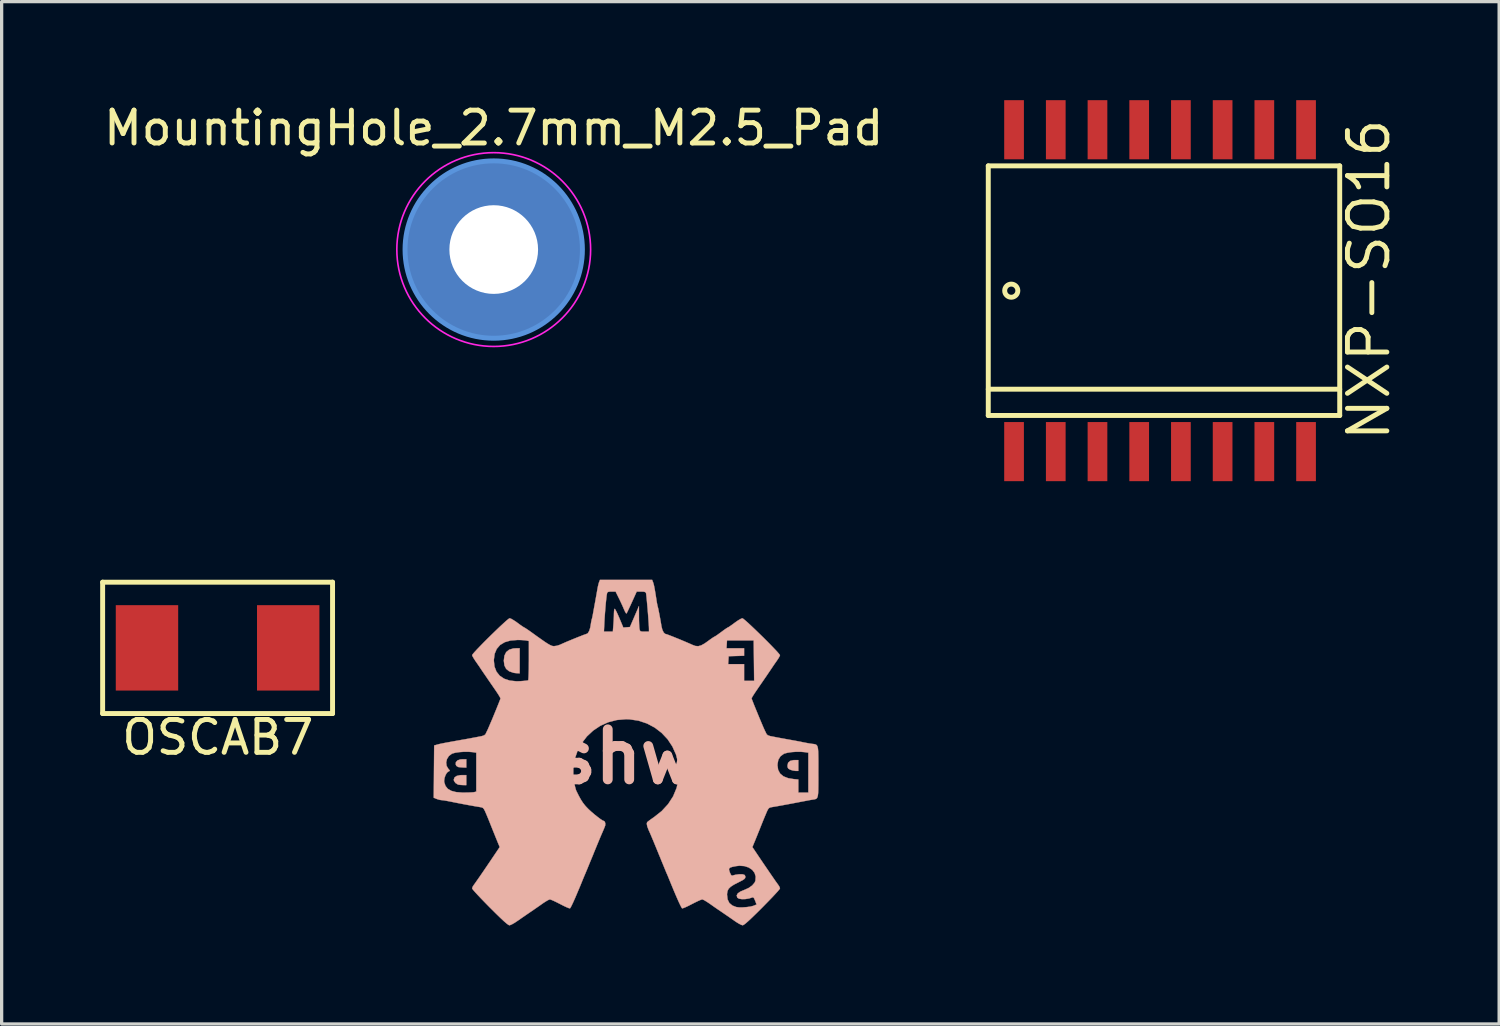
<source format=kicad_pcb>
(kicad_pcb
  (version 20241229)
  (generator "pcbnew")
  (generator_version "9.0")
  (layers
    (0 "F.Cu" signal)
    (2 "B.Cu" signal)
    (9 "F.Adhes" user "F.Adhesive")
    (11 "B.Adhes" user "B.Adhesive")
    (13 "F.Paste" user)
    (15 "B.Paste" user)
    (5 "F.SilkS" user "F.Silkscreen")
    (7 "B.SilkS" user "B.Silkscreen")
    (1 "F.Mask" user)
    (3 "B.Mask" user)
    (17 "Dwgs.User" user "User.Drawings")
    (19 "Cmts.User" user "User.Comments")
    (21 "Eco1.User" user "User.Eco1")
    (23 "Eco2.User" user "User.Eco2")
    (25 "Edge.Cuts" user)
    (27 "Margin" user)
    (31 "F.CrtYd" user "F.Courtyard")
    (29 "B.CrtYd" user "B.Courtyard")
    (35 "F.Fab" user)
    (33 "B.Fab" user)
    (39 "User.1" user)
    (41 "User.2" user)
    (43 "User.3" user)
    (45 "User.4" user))
  (footprint "MountingHole_2.7mm_M2.5_Pad"
    (layer "F.Cu")
    (at 11.982 4.548)
    (property "Reference" "MountingHole_2.7mm_M2.5_Pad" (at 0 -3.7 0) (layer "F.SilkS") (effects (font (size 1 1) (thickness 0.15))))
    (attr through_hole)
    (fp_circle (center 0 0) (end 2.7 0) (stroke (width 0.15) (type solid)) (fill no) (layer "Cmts.User"))
    (fp_circle (center 0 0) (end 2.95 0) (stroke (width 0.05) (type solid)) (fill no) (layer "F.CrtYd"))
    (pad "1" thru_hole circle (at 0 0) (size 5.4 5.4) (drill 2.7) (layers "*.Cu" "*.Mask")))
  (footprint "NXP-SO16"
    (layer "F.Cu")
    (at 33.539 5.8)
    (property "Reference" "NXP-SO16" (at 5.088 -0.332 90) (layer "F.SilkS") (effects (font (size 1.2 1.2) (thickness 0.15))))
    (attr through_hole)
    (fp_line (start -6.5 -3.8) (end -6.5 3.8) (stroke (width 0.15) (type solid)) (layer "F.SilkS"))
    (fp_line (start -6.5 3) (end 4.2 3) (stroke (width 0.15) (type solid)) (layer "F.SilkS"))
    (fp_line (start -6.5 3.8) (end 4.2 3.8) (stroke (width 0.15) (type solid)) (layer "F.SilkS"))
    (fp_line (start 4.2 -3.8) (end -6.5 -3.8) (stroke (width 0.15) (type solid)) (layer "F.SilkS"))
    (fp_line (start 4.2 3.8) (end 4.2 -3.8) (stroke (width 0.15) (type solid)) (layer "F.SilkS"))
    (fp_circle (center -5.8 0) (end -5.6 0) (stroke (width 0.15) (type solid)) (fill no) (layer "F.SilkS"))
    (pad "1" smd rect (at -5.715 4.9) (size 0.6 1.8) (layers "F.Cu" "F.Mask" "F.Paste"))
    (pad "2" smd rect (at -4.445 4.9) (size 0.6 1.8) (layers "F.Cu" "F.Mask" "F.Paste"))
    (pad "3" smd rect (at -3.175 4.9) (size 0.6 1.8) (layers "F.Cu" "F.Mask" "F.Paste"))
    (pad "4" smd rect (at -1.905 4.9) (size 0.6 1.8) (layers "F.Cu" "F.Mask" "F.Paste"))
    (pad "5" smd rect (at -0.635 4.9) (size 0.6 1.8) (layers "F.Cu" "F.Mask" "F.Paste"))
    (pad "6" smd rect (at 0.635 4.9) (size 0.6 1.8) (layers "F.Cu" "F.Mask" "F.Paste"))
    (pad "7" smd rect (at 1.905 4.9) (size 0.6 1.8) (layers "F.Cu" "F.Mask" "F.Paste"))
    (pad "8" smd rect (at 3.175 4.9) (size 0.6 1.8) (layers "F.Cu" "F.Mask" "F.Paste"))
    (pad "9" smd rect (at 3.175 -4.9) (size 0.6 1.8) (layers "F.Cu" "F.Mask" "F.Paste"))
    (pad "10" smd rect (at 1.905 -4.9) (size 0.6 1.8) (layers "F.Cu" "F.Mask" "F.Paste"))
    (pad "11" smd rect (at 0.635 -4.9) (size 0.6 1.8) (layers "F.Cu" "F.Mask" "F.Paste"))
    (pad "12" smd rect (at -0.635 -4.9) (size 0.6 1.8) (layers "F.Cu" "F.Mask" "F.Paste"))
    (pad "13" smd rect (at -1.905 -4.9) (size 0.6 1.8) (layers "F.Cu" "F.Mask" "F.Paste"))
    (pad "14" smd rect (at -3.175 -4.9) (size 0.6 1.8) (layers "F.Cu" "F.Mask" "F.Paste"))
    (pad "15" smd rect (at -4.445 -4.9) (size 0.6 1.8) (layers "F.Cu" "F.Mask" "F.Paste"))
    (pad "16" smd rect (at -5.715 -4.9) (size 0.6 1.8) (layers "F.Cu" "F.Mask" "F.Paste")))
  (footprint "OSCAB7"
    (layer "F.Cu")
    (at 3.575 16.675)
    (property "Reference" "OSCAB7" (at 0.008 2.725 0) (layer "F.SilkS") (effects (font (size 1 1) (thickness 0.15))))
    (attr through_hole)
    (fp_line (start -3.5 -2) (end 3.5 -2) (stroke (width 0.15) (type solid)) (layer "F.SilkS"))
    (fp_line (start -3.5 2) (end -3.5 -2) (stroke (width 0.15) (type solid)) (layer "F.SilkS"))
    (fp_line (start 3.5 -2) (end 3.5 2) (stroke (width 0.15) (type solid)) (layer "F.SilkS"))
    (fp_line (start 3.5 2) (end -3.5 2) (stroke (width 0.15) (type solid)) (layer "F.SilkS"))
    (pad "1" smd rect (at -2.15 0) (size 1.9 2.6) (layers "F.Cu" "F.Mask" "F.Paste"))
    (pad "2" smd rect (at 2.15 0) (size 1.9 2.6) (layers "F.Cu" "F.Mask" "F.Paste")))
  (footprint "oshw2"
    (layer "F.Cu")
    (at 15.998 19.99)
    (property "Reference" "oshw2" (at 0 0 0) (layer "B.SilkS") (effects (font (size 1.524 1.524) (thickness 0.3))))
    (attr through_hole)
    (fp_poly (pts (xy -4.851 0.33) (xy -4.947 0.327) (xy -5.027 0.321) (xy -5.095 0.313) (xy -5.099 0.312) (xy -5.153 0.278) (xy -5.173 0.235) (xy -5.168 0.166) (xy -5.121 0.113) (xy -5.036 0.082) (xy -4.963 0.076) (xy -4.851 0.076) (xy -4.851 0.33)) (stroke (width 0.01) (type solid)) (fill yes) (layer "B.SilkS"))
    (fp_poly (pts (xy 5.258 0.432) (xy 5.175 0.431) (xy 5.092 0.419) (xy 5.01 0.394) (xy 4.953 0.361) (xy 4.931 0.316) (xy 4.928 0.269) (xy 4.947 0.183) (xy 5.007 0.128) (xy 5.108 0.103) (xy 5.149 0.102) (xy 5.258 0.102) (xy 5.258 0.432)) (stroke (width 0.01) (type solid)) (fill yes) (layer "B.SilkS"))
    (fp_poly (pts (xy -4.851 0.864) (xy -4.959 0.862) (xy -5.036 0.857) (xy -5.095 0.849) (xy -5.105 0.846) (xy -5.18 0.8) (xy -5.225 0.735) (xy -5.232 0.696) (xy -5.209 0.63) (xy -5.143 0.584) (xy -5.039 0.561) (xy -4.985 0.559) (xy -4.851 0.559) (xy -4.851 0.864)) (stroke (width 0.01) (type solid)) (fill yes) (layer "B.SilkS"))
    (fp_poly (pts (xy -3.226 -2.54) (xy -3.296 -2.543) (xy -3.369 -2.549) (xy -3.416 -2.557) (xy -3.547 -2.603) (xy -3.637 -2.675) (xy -3.69 -2.778) (xy -3.708 -2.918) (xy -3.708 -2.933) (xy -3.69 -3.077) (xy -3.636 -3.187) (xy -3.545 -3.26) (xy -3.419 -3.297) (xy -3.339 -3.302) (xy -3.226 -3.302) (xy -3.226 -2.54)) (stroke (width 0.01) (type solid)) (fill yes) (layer "B.SilkS"))
    (fp_poly (pts (xy 0.834 -5.315) (xy 0.85 -5.267) (xy 0.867 -5.197) (xy 0.886 -5.097) (xy 0.909 -4.961) (xy 0.937 -4.782) (xy 0.94 -4.76) (xy 0.955 -4.672) (xy 0.969 -4.601) (xy 0.977 -4.569) (xy 0.988 -4.527) (xy 1.005 -4.447) (xy 1.026 -4.34) (xy 1.049 -4.218) (xy 1.071 -4.094) (xy 1.09 -3.979) (xy 1.092 -3.966) (xy 1.119 -3.862) (xy 1.159 -3.782) (xy 1.207 -3.739) (xy 1.229 -3.734) (xy 1.261 -3.725) (xy 1.33 -3.699) (xy 1.426 -3.662) (xy 1.54 -3.616) (xy 1.663 -3.566) (xy 1.784 -3.515) (xy 1.894 -3.468) (xy 1.984 -3.429) (xy 2.029 -3.408) (xy 2.123 -3.373) (xy 2.209 -3.366) (xy 2.299 -3.39) (xy 2.404 -3.448) (xy 2.495 -3.512) (xy 2.581 -3.575) (xy 2.652 -3.624) (xy 2.698 -3.653) (xy 2.709 -3.658) (xy 2.735 -3.672) (xy 2.792 -3.71) (xy 2.869 -3.766) (xy 2.912 -3.797) (xy 2.995 -3.859) (xy 3.063 -3.906) (xy 3.106 -3.933) (xy 3.115 -3.937) (xy 3.142 -3.951) (xy 3.199 -3.99) (xy 3.276 -4.045) (xy 3.318 -4.077) (xy 3.406 -4.139) (xy 3.484 -4.187) (xy 3.54 -4.213) (xy 3.554 -4.216) (xy 3.584 -4.199) (xy 3.643 -4.15) (xy 3.727 -4.076) (xy 3.829 -3.981) (xy 3.945 -3.871) (xy 4.068 -3.752) (xy 4.195 -3.628) (xy 4.318 -3.505) (xy 4.432 -3.389) (xy 4.533 -3.284) (xy 4.615 -3.197) (xy 4.671 -3.132) (xy 4.698 -3.095) (xy 4.699 -3.09) (xy 4.685 -3.055) (xy 4.649 -2.992) (xy 4.597 -2.914) (xy 4.591 -2.906) (xy 4.534 -2.825) (xy 4.487 -2.756) (xy 4.459 -2.714) (xy 4.458 -2.712) (xy 4.43 -2.671) (xy 4.375 -2.59) (xy 4.293 -2.468) (xy 4.182 -2.307) (xy 4.042 -2.104) (xy 3.98 -2.013) (xy 3.919 -1.922) (xy 3.87 -1.845) (xy 3.841 -1.792) (xy 3.835 -1.776) (xy 3.845 -1.746) (xy 3.871 -1.678) (xy 3.909 -1.581) (xy 3.957 -1.462) (xy 4.011 -1.331) (xy 4.066 -1.197) (xy 4.121 -1.067) (xy 4.17 -0.95) (xy 4.211 -0.856) (xy 4.241 -0.792) (xy 4.247 -0.779) (xy 4.277 -0.719) (xy 4.293 -0.686) (xy 4.328 -0.655) (xy 4.39 -0.632) (xy 4.397 -0.63) (xy 4.509 -0.608) (xy 4.652 -0.58) (xy 4.807 -0.552) (xy 4.954 -0.525) (xy 5.055 -0.507) (xy 5.176 -0.485) (xy 5.31 -0.46) (xy 5.385 -0.444) (xy 5.492 -0.423) (xy 5.598 -0.404) (xy 5.661 -0.394) (xy 5.718 -0.388) (xy 5.763 -0.381) (xy 5.798 -0.368) (xy 5.824 -0.345) (xy 5.843 -0.305) (xy 5.856 -0.245) (xy 5.863 -0.157) (xy 5.866 -0.038) (xy 5.868 0.118) (xy 5.868 0.316) (xy 5.867 0.457) (xy 5.868 0.683) (xy 5.867 0.863) (xy 5.865 1.003) (xy 5.861 1.108) (xy 5.852 1.183) (xy 5.838 1.234) (xy 5.818 1.267) (xy 5.79 1.285) (xy 5.753 1.296) (xy 5.707 1.303) (xy 5.676 1.308) (xy 5.598 1.321) (xy 5.494 1.341) (xy 5.397 1.359) (xy 5.217 1.394) (xy 5.022 1.431) (xy 4.828 1.467) (xy 4.647 1.5) (xy 4.496 1.526) (xy 4.442 1.535) (xy 4.395 1.546) (xy 4.362 1.566) (xy 4.332 1.605) (xy 4.298 1.675) (xy 4.268 1.747) (xy 4.227 1.844) (xy 4.192 1.929) (xy 4.169 1.985) (xy 4.166 1.994) (xy 4.13 2.083) (xy 4.083 2.202) (xy 4.029 2.335) (xy 3.977 2.464) (xy 3.932 2.574) (xy 3.926 2.588) (xy 3.859 2.75) (xy 4.049 3.033) (xy 4.168 3.209) (xy 4.283 3.378) (xy 4.39 3.535) (xy 4.485 3.673) (xy 4.563 3.786) (xy 4.622 3.868) (xy 4.652 3.909) (xy 4.686 3.965) (xy 4.699 4.009) (xy 4.682 4.036) (xy 4.633 4.095) (xy 4.556 4.179) (xy 4.457 4.285) (xy 4.339 4.407) (xy 4.208 4.541) (xy 4.16 4.59) (xy 3.988 4.761) (xy 3.848 4.897) (xy 3.738 5) (xy 3.656 5.072) (xy 3.599 5.115) (xy 3.566 5.131) (xy 3.564 5.131) (xy 3.518 5.117) (xy 3.444 5.079) (xy 3.356 5.024) (xy 3.317 4.997) (xy 3.204 4.918) (xy 3.073 4.828) (xy 2.948 4.742) (xy 2.922 4.724) (xy 2.806 4.646) (xy 2.682 4.56) (xy 2.572 4.482) (xy 2.546 4.464) (xy 2.461 4.408) (xy 2.388 4.365) (xy 2.338 4.344) (xy 2.331 4.343) (xy 2.291 4.355) (xy 2.218 4.386) (xy 2.122 4.432) (xy 2.018 4.485) (xy 1.911 4.54) (xy 1.819 4.583) (xy 1.752 4.609) (xy 1.72 4.616) (xy 1.7 4.588) (xy 1.664 4.519) (xy 1.613 4.411) (xy 1.551 4.27) (xy 1.521 4.199) (xy 3.087 4.199) (xy 3.104 4.343) (xy 3.157 4.452) (xy 3.25 4.53) (xy 3.365 4.575) (xy 3.45 4.586) (xy 3.565 4.586) (xy 3.69 4.577) (xy 3.806 4.561) (xy 3.893 4.538) (xy 3.898 4.536) (xy 3.987 4.499) (xy 3.943 4.383) (xy 3.911 4.31) (xy 3.882 4.281) (xy 3.861 4.282) (xy 3.757 4.315) (xy 3.645 4.333) (xy 3.54 4.335) (xy 3.455 4.322) (xy 3.404 4.293) (xy 3.4 4.288) (xy 3.382 4.223) (xy 3.412 4.163) (xy 3.491 4.106) (xy 3.62 4.052) (xy 3.622 4.052) (xy 3.748 3.994) (xy 3.853 3.919) (xy 3.925 3.835) (xy 3.951 3.777) (xy 3.96 3.649) (xy 3.926 3.536) (xy 3.853 3.442) (xy 3.748 3.372) (xy 3.617 3.329) (xy 3.465 3.318) (xy 3.361 3.33) (xy 3.251 3.352) (xy 3.183 3.374) (xy 3.152 3.401) (xy 3.148 3.442) (xy 3.166 3.503) (xy 3.171 3.518) (xy 3.203 3.59) (xy 3.233 3.619) (xy 3.251 3.618) (xy 3.34 3.594) (xy 3.446 3.579) (xy 3.541 3.577) (xy 3.569 3.581) (xy 3.624 3.6) (xy 3.644 3.64) (xy 3.645 3.658) (xy 3.639 3.691) (xy 3.614 3.722) (xy 3.563 3.757) (xy 3.477 3.802) (xy 3.436 3.823) (xy 3.297 3.894) (xy 3.2 3.957) (xy 3.137 4.018) (xy 3.103 4.085) (xy 3.089 4.165) (xy 3.087 4.199) (xy 1.521 4.199) (xy 1.478 4.1) (xy 1.398 3.907) (xy 1.327 3.734) (xy 1.293 3.65) (xy 1.259 3.57) (xy 1.258 3.569) (xy 1.238 3.523) (xy 1.203 3.438) (xy 1.156 3.323) (xy 1.099 3.185) (xy 1.037 3.033) (xy 1.017 2.985) (xy 0.94 2.796) (xy 0.878 2.646) (xy 0.829 2.528) (xy 0.79 2.435) (xy 0.757 2.357) (xy 0.727 2.289) (xy 0.697 2.223) (xy 0.659 2.121) (xy 0.644 2.041) (xy 0.654 1.994) (xy 0.683 1.969) (xy 0.743 1.924) (xy 0.823 1.867) (xy 0.858 1.844) (xy 1.098 1.654) (xy 1.294 1.441) (xy 1.446 1.206) (xy 1.552 0.951) (xy 1.612 0.679) (xy 1.625 0.478) (xy 1.607 0.257) (xy 4.623 0.257) (xy 4.643 0.399) (xy 4.704 0.513) (xy 4.806 0.597) (xy 4.95 0.653) (xy 5.109 0.679) (xy 5.258 0.693) (xy 5.258 1.092) (xy 5.563 1.092) (xy 5.563 -0.124) (xy 5.447 -0.141) (xy 5.327 -0.151) (xy 5.19 -0.151) (xy 5.052 -0.141) (xy 4.928 -0.122) (xy 4.835 -0.097) (xy 4.82 -0.091) (xy 4.715 -0.015) (xy 4.649 0.092) (xy 4.623 0.231) (xy 4.623 0.257) (xy 1.607 0.257) (xy 1.602 0.197) (xy 1.534 -0.067) (xy 1.424 -0.312) (xy 1.278 -0.533) (xy 1.097 -0.726) (xy 0.887 -0.887) (xy 0.652 -1.012) (xy 0.395 -1.098) (xy 0.121 -1.139) (xy 0.013 -1.143) (xy -0.267 -1.119) (xy -0.529 -1.051) (xy -0.771 -0.942) (xy -0.988 -0.797) (xy -1.178 -0.62) (xy -1.336 -0.415) (xy -1.461 -0.187) (xy -1.547 0.061) (xy -1.592 0.325) (xy -1.593 0.599) (xy -1.563 0.811) (xy -1.541 0.906) (xy -1.52 0.986) (xy -1.504 1.034) (xy -1.503 1.035) (xy -1.428 1.186) (xy -1.363 1.303) (xy -1.303 1.397) (xy -1.238 1.481) (xy -1.196 1.528) (xy -1.128 1.598) (xy -1.042 1.677) (xy -0.947 1.758) (xy -0.852 1.833) (xy -0.767 1.897) (xy -0.701 1.94) (xy -0.662 1.956) (xy -0.635 1.977) (xy -0.619 2.028) (xy -0.621 2.088) (xy -0.624 2.098) (xy -0.635 2.128) (xy -0.65 2.167) (xy -0.674 2.224) (xy -0.711 2.31) (xy -0.745 2.388) (xy -0.766 2.437) (xy -0.803 2.526) (xy -0.852 2.644) (xy -0.91 2.785) (xy -0.973 2.938) (xy -0.991 2.985) (xy -1.055 3.139) (xy -1.114 3.282) (xy -1.164 3.405) (xy -1.204 3.5) (xy -1.228 3.559) (xy -1.233 3.569) (xy -1.266 3.647) (xy -1.301 3.732) (xy -1.302 3.734) (xy -1.387 3.943) (xy -1.467 4.132) (xy -1.537 4.297) (xy -1.598 4.433) (xy -1.646 4.534) (xy -1.679 4.596) (xy -1.695 4.616) (xy -1.728 4.609) (xy -1.796 4.582) (xy -1.888 4.539) (xy -1.993 4.485) (xy -2.101 4.43) (xy -2.197 4.384) (xy -2.269 4.354) (xy -2.305 4.343) (xy -2.346 4.357) (xy -2.415 4.395) (xy -2.498 4.448) (xy -2.521 4.464) (xy -2.623 4.536) (xy -2.746 4.621) (xy -2.866 4.704) (xy -2.896 4.724) (xy -3.016 4.806) (xy -3.148 4.897) (xy -3.267 4.98) (xy -3.292 4.997) (xy -3.382 5.057) (xy -3.464 5.103) (xy -3.523 5.128) (xy -3.538 5.131) (xy -3.569 5.118) (xy -3.623 5.078) (xy -3.702 5.01) (xy -3.809 4.91) (xy -3.945 4.778) (xy -4.114 4.61) (xy -4.135 4.59) (xy -4.27 4.452) (xy -4.393 4.325) (xy -4.499 4.213) (xy -4.584 4.121) (xy -4.643 4.053) (xy -4.671 4.015) (xy -4.674 4.009) (xy -4.659 3.961) (xy -4.626 3.909) (xy -4.589 3.858) (xy -4.528 3.771) (xy -4.446 3.654) (xy -4.349 3.513) (xy -4.241 3.354) (xy -4.125 3.183) (xy -4.024 3.033) (xy -3.834 2.75) (xy -3.901 2.588) (xy -3.944 2.483) (xy -3.995 2.356) (xy -4.049 2.223) (xy -4.098 2.1) (xy -4.136 2.005) (xy -4.14 1.994) (xy -4.159 1.947) (xy -4.191 1.869) (xy -4.231 1.773) (xy -4.242 1.747) (xy -4.284 1.65) (xy -4.316 1.591) (xy -4.346 1.558) (xy -4.382 1.542) (xy -4.416 1.535) (xy -4.578 1.508) (xy -4.769 1.474) (xy -4.973 1.436) (xy -5.169 1.398) (xy -5.338 1.364) (xy -5.372 1.357) (xy -5.47 1.339) (xy -5.554 1.325) (xy -5.608 1.32) (xy -5.67 1.311) (xy -5.746 1.287) (xy -5.754 1.284) (xy -5.843 1.247) (xy -5.838 0.736) (xy -5.526 0.736) (xy -5.523 0.775) (xy -5.484 0.89) (xy -5.414 0.977) (xy -5.308 1.038) (xy -5.164 1.076) (xy -4.978 1.091) (xy -4.928 1.091) (xy -4.81 1.09) (xy -4.707 1.086) (xy -4.632 1.081) (xy -4.604 1.076) (xy -4.547 1.061) (xy -4.547 -0.124) (xy -4.659 -0.141) (xy -4.783 -0.151) (xy -4.922 -0.151) (xy -5.061 -0.141) (xy -5.185 -0.123) (xy -5.277 -0.097) (xy -5.291 -0.091) (xy -5.381 -0.023) (xy -5.439 0.069) (xy -5.464 0.173) (xy -5.451 0.277) (xy -5.4 0.364) (xy -5.361 0.408) (xy -5.355 0.43) (xy -5.381 0.443) (xy -5.39 0.446) (xy -5.439 0.484) (xy -5.483 0.557) (xy -5.514 0.646) (xy -5.526 0.736) (xy -5.838 0.736) (xy -5.836 0.452) (xy -5.829 -0.343) (xy -5.728 -0.372) (xy -5.678 -0.385) (xy -5.611 -0.4) (xy -5.521 -0.418) (xy -5.401 -0.44) (xy -5.245 -0.469) (xy -5.047 -0.504) (xy -5.004 -0.512) (xy -4.887 -0.532) (xy -4.751 -0.557) (xy -4.612 -0.583) (xy -4.486 -0.607) (xy -4.389 -0.626) (xy -4.371 -0.63) (xy -4.308 -0.652) (xy -4.269 -0.683) (xy -4.267 -0.686) (xy -4.242 -0.739) (xy -4.222 -0.779) (xy -4.197 -0.831) (xy -4.16 -0.916) (xy -4.113 -1.026) (xy -4.059 -1.152) (xy -4.004 -1.286) (xy -3.949 -1.42) (xy -3.899 -1.543) (xy -3.857 -1.648) (xy -3.826 -1.727) (xy -3.811 -1.771) (xy -3.81 -1.776) (xy -3.824 -1.807) (xy -3.86 -1.87) (xy -3.914 -1.954) (xy -3.954 -2.013) (xy -4.105 -2.232) (xy -4.227 -2.41) (xy -4.321 -2.547) (xy -4.387 -2.644) (xy -4.425 -2.701) (xy -4.432 -2.712) (xy -4.459 -2.753) (xy -4.506 -2.82) (xy -4.562 -2.901) (xy -4.566 -2.906) (xy -4.583 -2.932) (xy -4.013 -2.932) (xy -3.993 -2.747) (xy -3.933 -2.591) (xy -3.834 -2.467) (xy -3.699 -2.376) (xy -3.528 -2.319) (xy -3.323 -2.297) (xy -3.201 -2.301) (xy -3.101 -2.309) (xy -3.021 -2.317) (xy -2.973 -2.325) (xy -2.967 -2.327) (xy -2.961 -2.355) (xy -2.956 -2.427) (xy -2.952 -2.534) (xy -2.948 -2.671) (xy -2.947 -2.83) (xy -2.946 -2.932) (xy -2.946 -3.302) (xy 3.071 -3.302) (xy 3.607 -3.302) (xy 3.607 -3.075) (xy 3.372 -3.068) (xy 3.137 -3.061) (xy 3.121 -2.819) (xy 3.607 -2.819) (xy 3.607 -2.311) (xy 3.913 -2.311) (xy 3.906 -2.927) (xy 3.899 -3.543) (xy 3.086 -3.543) (xy 3.071 -3.302) (xy -2.946 -3.302) (xy -2.946 -3.524) (xy -3.026 -3.54) (xy -3.092 -3.548) (xy -3.188 -3.554) (xy -3.288 -3.556) (xy -3.503 -3.539) (xy -3.681 -3.488) (xy -3.822 -3.403) (xy -3.924 -3.285) (xy -3.988 -3.135) (xy -4.012 -2.953) (xy -4.013 -2.932) (xy -4.583 -2.932) (xy -4.618 -2.985) (xy -4.657 -3.051) (xy -4.673 -3.09) (xy -4.674 -3.092) (xy -4.656 -3.122) (xy -4.607 -3.18) (xy -4.531 -3.263) (xy -4.434 -3.364) (xy -4.323 -3.478) (xy -4.201 -3.6) (xy -4.075 -3.724) (xy -3.95 -3.845) (xy -3.832 -3.958) (xy -3.726 -4.056) (xy -3.638 -4.136) (xy -3.572 -4.191) (xy -3.535 -4.216) (xy -3.531 -4.216) (xy -3.488 -4.202) (xy -3.418 -4.162) (xy -3.332 -4.106) (xy -3.293 -4.077) (xy -3.209 -4.015) (xy -3.141 -3.968) (xy -3.099 -3.941) (xy -3.09 -3.937) (xy -3.064 -3.923) (xy -3.006 -3.885) (xy -2.927 -3.831) (xy -2.871 -3.791) (xy -2.698 -3.666) (xy -2.56 -3.569) (xy -2.453 -3.494) (xy -2.371 -3.441) (xy -2.308 -3.405) (xy -2.261 -3.383) (xy -2.222 -3.371) (xy -2.188 -3.367) (xy -2.181 -3.367) (xy -2.093 -3.379) (xy -2.006 -3.407) (xy -2.004 -3.408) (xy -1.933 -3.44) (xy -1.836 -3.483) (xy -1.721 -3.531) (xy -1.598 -3.582) (xy -1.478 -3.631) (xy -1.368 -3.674) (xy -1.279 -3.709) (xy -1.221 -3.729) (xy -1.204 -3.734) (xy -1.154 -3.758) (xy -1.121 -3.81) (xy -0.661 -3.81) (xy -0.389 -3.81) (xy -0.372 -4.02) (xy -0.364 -4.139) (xy -0.358 -4.258) (xy -0.356 -4.354) (xy -0.356 -4.361) (xy -0.352 -4.438) (xy -0.343 -4.491) (xy -0.335 -4.505) (xy -0.318 -4.488) (xy -0.287 -4.432) (xy -0.246 -4.346) (xy -0.198 -4.238) (xy -0.193 -4.226) (xy -0.071 -3.934) (xy 0.03 -3.942) (xy 0.131 -3.95) (xy 0.268 -4.267) (xy 0.405 -4.585) (xy 0.406 -4.277) (xy 0.407 -4.149) (xy 0.411 -4.032) (xy 0.416 -3.94) (xy 0.422 -3.889) (xy 0.434 -3.844) (xy 0.456 -3.82) (xy 0.502 -3.811) (xy 0.575 -3.81) (xy 0.711 -3.81) (xy 0.711 -3.893) (xy 0.709 -3.955) (xy 0.703 -4.054) (xy 0.694 -4.179) (xy 0.684 -4.32) (xy 0.672 -4.469) (xy 0.659 -4.614) (xy 0.647 -4.748) (xy 0.636 -4.861) (xy 0.627 -4.942) (xy 0.621 -4.983) (xy 0.621 -4.983) (xy 0.601 -5.011) (xy 0.557 -5.025) (xy 0.475 -5.029) (xy 0.472 -5.029) (xy 0.337 -5.029) (xy 0.19 -4.705) (xy 0.136 -4.587) (xy 0.088 -4.485) (xy 0.052 -4.408) (xy 0.03 -4.367) (xy 0.027 -4.362) (xy 0.009 -4.373) (xy -0.019 -4.421) (xy -0.05 -4.489) (xy -0.091 -4.585) (xy -0.145 -4.702) (xy -0.2 -4.818) (xy -0.208 -4.832) (xy -0.305 -5.029) (xy -0.429 -5.029) (xy -0.506 -5.026) (xy -0.546 -5.013) (xy -0.564 -4.983) (xy -0.567 -4.972) (xy -0.578 -4.911) (xy -0.59 -4.809) (xy -0.604 -4.677) (xy -0.617 -4.525) (xy -0.63 -4.364) (xy -0.641 -4.204) (xy -0.647 -4.096) (xy -0.661 -3.81) (xy -1.121 -3.81) (xy -1.11 -3.827) (xy -1.077 -3.933) (xy -1.065 -4.001) (xy -1.051 -4.09) (xy -1.038 -4.157) (xy -1.03 -4.189) (xy -1.02 -4.222) (xy -1.005 -4.29) (xy -0.993 -4.358) (xy -0.975 -4.458) (xy -0.952 -4.583) (xy -0.929 -4.708) (xy -0.926 -4.724) (xy -0.904 -4.848) (xy -0.881 -4.975) (xy -0.863 -5.081) (xy -0.861 -5.093) (xy -0.843 -5.188) (xy -0.822 -5.274) (xy -0.809 -5.315) (xy -0.781 -5.385) (xy 0.807 -5.385) (xy 0.834 -5.315)) (stroke (width 0.01) (type solid)) (fill yes) (layer "B.SilkS")))
  (gr_rect
    (start -3 -3)
    (end 42.593 28.126)
    (stroke (width 0.1) (type default))
    (fill no)
    (layer "Edge.Cuts")))
</source>
